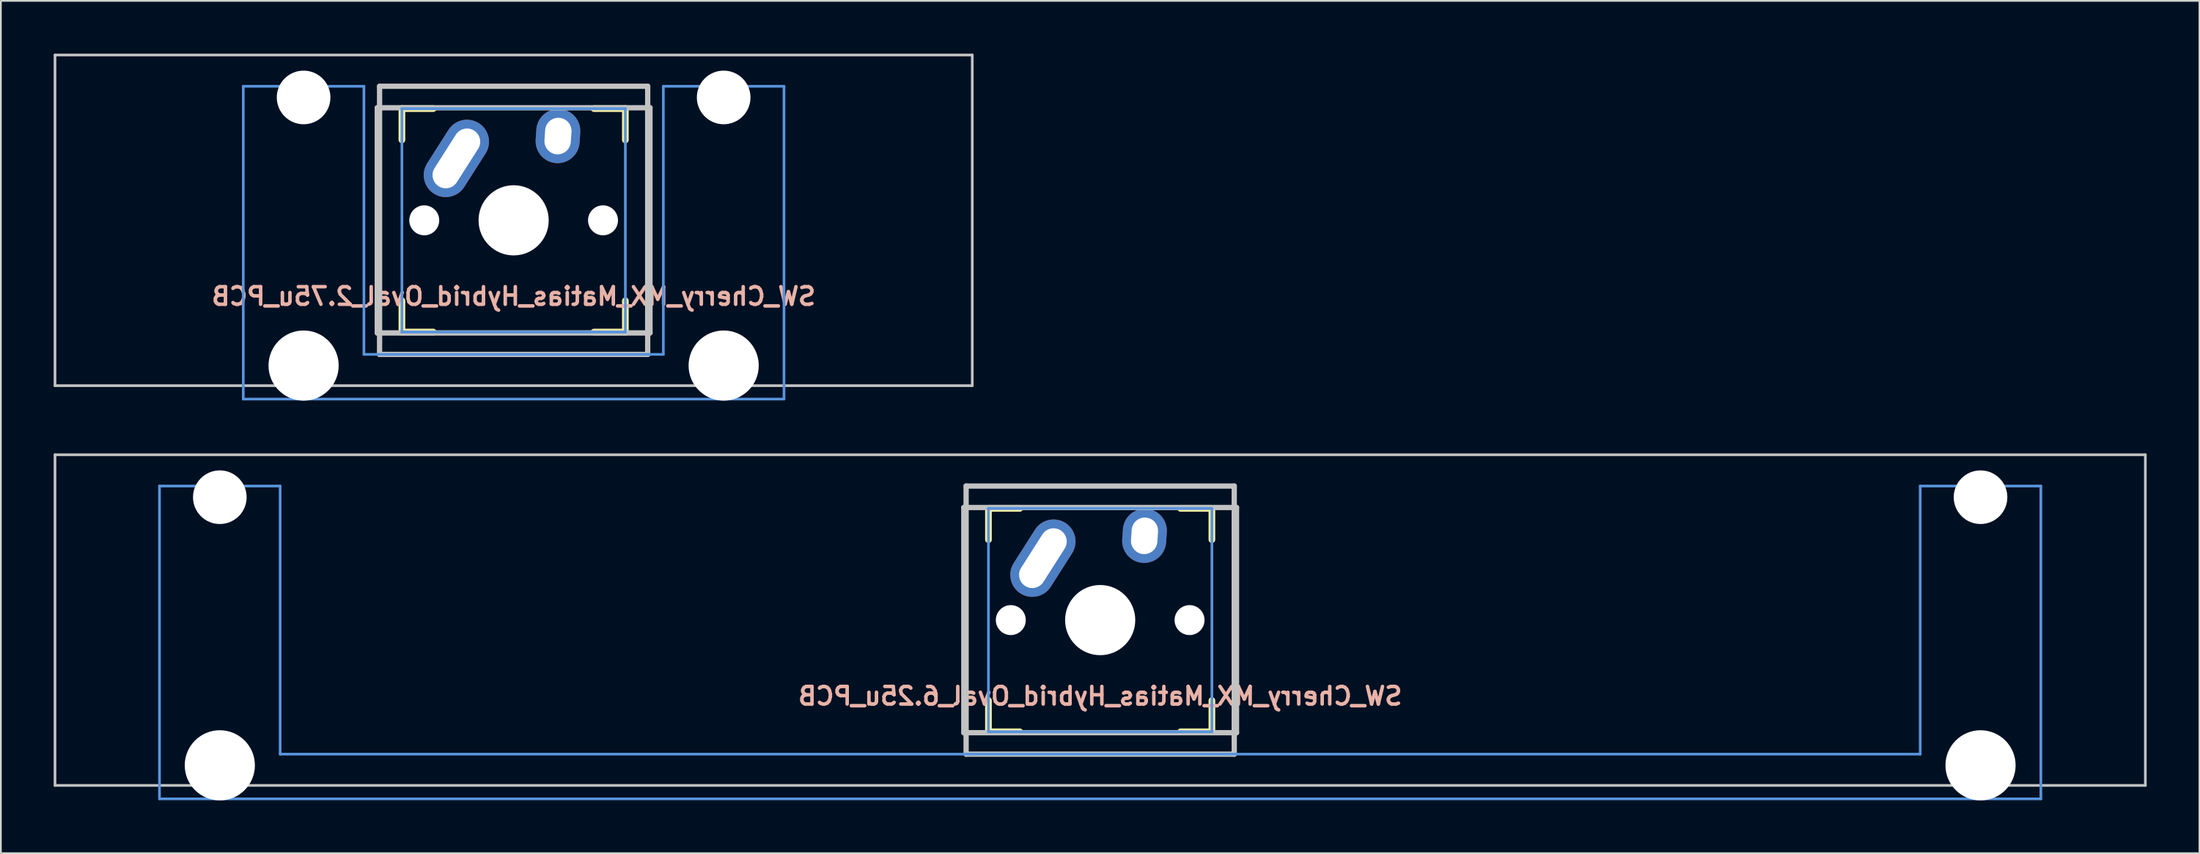
<source format=kicad_pcb>
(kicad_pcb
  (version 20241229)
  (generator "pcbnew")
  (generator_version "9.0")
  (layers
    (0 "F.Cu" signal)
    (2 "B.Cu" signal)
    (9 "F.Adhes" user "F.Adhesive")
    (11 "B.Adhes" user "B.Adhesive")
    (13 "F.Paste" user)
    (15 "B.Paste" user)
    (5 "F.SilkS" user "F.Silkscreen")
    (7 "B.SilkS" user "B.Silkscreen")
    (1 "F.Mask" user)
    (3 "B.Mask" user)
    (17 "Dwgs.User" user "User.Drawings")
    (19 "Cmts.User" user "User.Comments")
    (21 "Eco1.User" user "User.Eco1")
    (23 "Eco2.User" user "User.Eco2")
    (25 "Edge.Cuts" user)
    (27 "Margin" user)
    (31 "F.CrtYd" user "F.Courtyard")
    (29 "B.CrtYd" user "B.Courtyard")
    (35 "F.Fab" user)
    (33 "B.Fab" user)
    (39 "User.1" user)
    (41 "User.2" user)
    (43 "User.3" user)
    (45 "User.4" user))
  (footprint "SW_Cherry_MX_Matias_Hybrid_Oval_6.25u_PCB"
    (layer "F.Cu")
    (at 59.482 32.197)
    (property "Reference" "SW_Cherry_MX_Matias_Hybrid_Oval_6.25u_PCB" (at 0 4.318 0) (layer "B.SilkS") (effects (font (size 1 1) (thickness 0.2)) (justify mirror)))
    (attr through_hole)
    (fp_line (start -6.35 -6.35) (end -4.572 -6.35) (stroke (width 0.381) (type solid)) (layer "F.SilkS"))
    (fp_line (start -6.35 -4.572) (end -6.35 -6.35) (stroke (width 0.381) (type solid)) (layer "F.SilkS"))
    (fp_line (start -6.35 6.35) (end -6.35 4.572) (stroke (width 0.381) (type solid)) (layer "F.SilkS"))
    (fp_line (start -4.572 6.35) (end -6.35 6.35) (stroke (width 0.381) (type solid)) (layer "F.SilkS"))
    (fp_line (start 4.572 -6.35) (end 6.35 -6.35) (stroke (width 0.381) (type solid)) (layer "F.SilkS"))
    (fp_line (start 6.35 -6.35) (end 6.35 -4.572) (stroke (width 0.381) (type solid)) (layer "F.SilkS"))
    (fp_line (start 6.35 4.572) (end 6.35 6.35) (stroke (width 0.381) (type solid)) (layer "F.SilkS"))
    (fp_line (start 6.35 6.35) (end 4.572 6.35) (stroke (width 0.381) (type solid)) (layer "F.SilkS"))
    (fp_line (start -59.406 -9.398) (end 59.406 -9.398) (stroke (width 0.152) (type solid)) (layer "Dwgs.User"))
    (fp_line (start -59.406 9.398) (end -59.406 -9.398) (stroke (width 0.152) (type solid)) (layer "Dwgs.User"))
    (fp_line (start -7.75 6.4) (end -7.75 -6.4) (stroke (width 0.3) (type solid)) (layer "Dwgs.User"))
    (fp_line (start -7.75 6.4) (end 7.75 6.4) (stroke (width 0.3) (type solid)) (layer "Dwgs.User"))
    (fp_line (start -7.62 -7.62) (end 7.62 -7.62) (stroke (width 0.3) (type solid)) (layer "Dwgs.User"))
    (fp_line (start -7.62 7.62) (end -7.62 -7.62) (stroke (width 0.3) (type solid)) (layer "Dwgs.User"))
    (fp_line (start 7.62 -7.62) (end 7.62 7.62) (stroke (width 0.3) (type solid)) (layer "Dwgs.User"))
    (fp_line (start 7.62 7.62) (end -7.62 7.62) (stroke (width 0.3) (type solid)) (layer "Dwgs.User"))
    (fp_line (start 7.75 -6.4) (end -7.75 -6.4) (stroke (width 0.3) (type solid)) (layer "Dwgs.User"))
    (fp_line (start 7.75 6.4) (end 7.75 -6.4) (stroke (width 0.3) (type solid)) (layer "Dwgs.User"))
    (fp_line (start 59.406 -9.398) (end 59.406 9.398) (stroke (width 0.152) (type solid)) (layer "Dwgs.User"))
    (fp_line (start 59.406 9.398) (end -59.406 9.398) (stroke (width 0.152) (type solid)) (layer "Dwgs.User"))
    (fp_line (start -53.467 -7.62) (end -53.467 10.16) (stroke (width 0.152) (type solid)) (layer "Cmts.User"))
    (fp_line (start -53.467 10.16) (end 53.467 10.16) (stroke (width 0.152) (type solid)) (layer "Cmts.User"))
    (fp_line (start -46.609 -7.62) (end -53.467 -7.62) (stroke (width 0.152) (type solid)) (layer "Cmts.User"))
    (fp_line (start -46.609 7.62) (end -46.609 -7.62) (stroke (width 0.152) (type solid)) (layer "Cmts.User"))
    (fp_line (start -6.35 -6.35) (end 6.35 -6.35) (stroke (width 0.152) (type solid)) (layer "Cmts.User"))
    (fp_line (start -6.35 6.35) (end -6.35 -6.35) (stroke (width 0.152) (type solid)) (layer "Cmts.User"))
    (fp_line (start 6.35 -6.35) (end 6.35 6.35) (stroke (width 0.152) (type solid)) (layer "Cmts.User"))
    (fp_line (start 6.35 6.35) (end -6.35 6.35) (stroke (width 0.152) (type solid)) (layer "Cmts.User"))
    (fp_line (start 46.609 -7.62) (end 46.609 7.62) (stroke (width 0.152) (type solid)) (layer "Cmts.User"))
    (fp_line (start 46.609 7.62) (end -46.609 7.62) (stroke (width 0.152) (type solid)) (layer "Cmts.User"))
    (fp_line (start 53.467 -7.62) (end 46.609 -7.62) (stroke (width 0.152) (type solid)) (layer "Cmts.User"))
    (fp_line (start 53.467 10.16) (end 53.467 -7.62) (stroke (width 0.152) (type solid)) (layer "Cmts.User"))
    (fp_line (start -54.229 -2.286) (end -53.365 -2.286) (stroke (width 0.152) (type solid)) (layer "Eco2.User"))
    (fp_line (start -54.229 0.508) (end -54.229 -2.286) (stroke (width 0.152) (type solid)) (layer "Eco2.User"))
    (fp_line (start -53.365 -5.69) (end -46.711 -5.69) (stroke (width 0.152) (type solid)) (layer "Eco2.User"))
    (fp_line (start -53.365 -2.286) (end -53.365 -5.69) (stroke (width 0.152) (type solid)) (layer "Eco2.User"))
    (fp_line (start -53.365 0.508) (end -54.229 0.508) (stroke (width 0.152) (type solid)) (layer "Eco2.User"))
    (fp_line (start -53.365 6.604) (end -53.365 0.508) (stroke (width 0.152) (type solid)) (layer "Eco2.User"))
    (fp_line (start -52.324 6.604) (end -53.365 6.604) (stroke (width 0.152) (type solid)) (layer "Eco2.User"))
    (fp_line (start -52.324 7.772) (end -52.324 6.604) (stroke (width 0.152) (type solid)) (layer "Eco2.User"))
    (fp_line (start -47.752 6.604) (end -47.752 7.772) (stroke (width 0.152) (type solid)) (layer "Eco2.User"))
    (fp_line (start -47.752 7.772) (end -52.324 7.772) (stroke (width 0.152) (type solid)) (layer "Eco2.User"))
    (fp_line (start -46.711 -5.69) (end -46.711 -2.286) (stroke (width 0.152) (type solid)) (layer "Eco2.User"))
    (fp_line (start -46.711 -2.286) (end -6.985 -2.286) (stroke (width 0.152) (type solid)) (layer "Eco2.User"))
    (fp_line (start -46.711 2.286) (end -46.711 6.604) (stroke (width 0.152) (type solid)) (layer "Eco2.User"))
    (fp_line (start -46.711 6.604) (end -47.752 6.604) (stroke (width 0.152) (type solid)) (layer "Eco2.User"))
    (fp_line (start -6.985 -6.985) (end 6.985 -6.985) (stroke (width 0.152) (type solid)) (layer "Eco2.User"))
    (fp_line (start -6.985 -2.286) (end -6.985 -6.985) (stroke (width 0.152) (type solid)) (layer "Eco2.User"))
    (fp_line (start -6.985 2.286) (end -46.711 2.286) (stroke (width 0.152) (type solid)) (layer "Eco2.User"))
    (fp_line (start -6.985 6.985) (end -6.985 2.286) (stroke (width 0.152) (type solid)) (layer "Eco2.User"))
    (fp_line (start 6.985 -6.985) (end 6.985 -2.286) (stroke (width 0.152) (type solid)) (layer "Eco2.User"))
    (fp_line (start 6.985 -2.286) (end 46.711 -2.286) (stroke (width 0.152) (type solid)) (layer "Eco2.User"))
    (fp_line (start 6.985 2.286) (end 6.985 6.985) (stroke (width 0.152) (type solid)) (layer "Eco2.User"))
    (fp_line (start 6.985 6.985) (end -6.985 6.985) (stroke (width 0.152) (type solid)) (layer "Eco2.User"))
    (fp_line (start 46.711 -5.69) (end 53.365 -5.69) (stroke (width 0.152) (type solid)) (layer "Eco2.User"))
    (fp_line (start 46.711 -2.286) (end 46.711 -5.69) (stroke (width 0.152) (type solid)) (layer "Eco2.User"))
    (fp_line (start 46.711 2.286) (end 6.985 2.286) (stroke (width 0.152) (type solid)) (layer "Eco2.User"))
    (fp_line (start 46.711 6.604) (end 46.711 2.286) (stroke (width 0.152) (type solid)) (layer "Eco2.User"))
    (fp_line (start 47.752 6.604) (end 46.711 6.604) (stroke (width 0.152) (type solid)) (layer "Eco2.User"))
    (fp_line (start 47.752 7.772) (end 47.752 6.604) (stroke (width 0.152) (type solid)) (layer "Eco2.User"))
    (fp_line (start 52.324 6.604) (end 52.324 7.772) (stroke (width 0.152) (type solid)) (layer "Eco2.User"))
    (fp_line (start 52.324 7.772) (end 47.752 7.772) (stroke (width 0.152) (type solid)) (layer "Eco2.User"))
    (fp_line (start 53.365 -5.69) (end 53.365 -2.286) (stroke (width 0.152) (type solid)) (layer "Eco2.User"))
    (fp_line (start 53.365 -2.286) (end 54.229 -2.286) (stroke (width 0.152) (type solid)) (layer "Eco2.User"))
    (fp_line (start 53.365 0.508) (end 53.365 6.604) (stroke (width 0.152) (type solid)) (layer "Eco2.User"))
    (fp_line (start 53.365 6.604) (end 52.324 6.604) (stroke (width 0.152) (type solid)) (layer "Eco2.User"))
    (fp_line (start 54.229 -2.286) (end 54.229 0.508) (stroke (width 0.152) (type solid)) (layer "Eco2.User"))
    (fp_line (start 54.229 0.508) (end 53.365 0.508) (stroke (width 0.152) (type solid)) (layer "Eco2.User"))
    (pad "" np_thru_hole circle (at -50.038 -6.985) (size 3.048 3.048) (drill 3.048) (layers "*.Cu" "*.Mask"))
    (pad "" np_thru_hole circle (at -50.038 8.255) (size 3.988 3.988) (drill 3.988) (layers "*.Cu" "*.Mask"))
    (pad "" np_thru_hole circle (at -5.08 0) (size 1.702 1.702) (drill 1.702) (layers "*.Cu" "*.Mask"))
    (pad "" np_thru_hole circle (at 0 0) (size 3.988 3.988) (drill 3.988) (layers "*.Cu" "*.Mask"))
    (pad "" np_thru_hole circle (at 5.08 0) (size 1.702 1.702) (drill 1.702) (layers "*.Cu" "*.Mask"))
    (pad "" np_thru_hole circle (at 50.038 -6.985) (size 3.048 3.048) (drill 3.048) (layers "*.Cu" "*.Mask"))
    (pad "" np_thru_hole circle (at 50.038 8.255) (size 3.988 3.988) (drill 3.988) (layers "*.Cu" "*.Mask"))
    (pad "1" thru_hole oval (at 2.52 -4.79 356.1) (size 2.5 3.08) (drill oval 1.5 2.08) (layers "*.Cu" "*.Mask"))
    (pad "2" thru_hole oval (at -3.255 -3.52 327.5) (size 2.5 4.75) (drill oval 1.5 3.75) (layers "*.Cu" "*.Mask")))
  (footprint "SW_Cherry_MX_Matias_Hybrid_Oval_2.75u_PCB"
    (layer "F.Cu")
    (at 26.144 9.474)
    (property "Reference" "SW_Cherry_MX_Matias_Hybrid_Oval_2.75u_PCB" (at 0 4.318 0) (layer "B.SilkS") (effects (font (size 1 1) (thickness 0.2)) (justify mirror)))
    (attr through_hole)
    (fp_line (start -6.35 -6.35) (end -4.572 -6.35) (stroke (width 0.381) (type solid)) (layer "F.SilkS"))
    (fp_line (start -6.35 -4.572) (end -6.35 -6.35) (stroke (width 0.381) (type solid)) (layer "F.SilkS"))
    (fp_line (start -6.35 6.35) (end -6.35 4.572) (stroke (width 0.381) (type solid)) (layer "F.SilkS"))
    (fp_line (start -4.572 6.35) (end -6.35 6.35) (stroke (width 0.381) (type solid)) (layer "F.SilkS"))
    (fp_line (start 4.572 -6.35) (end 6.35 -6.35) (stroke (width 0.381) (type solid)) (layer "F.SilkS"))
    (fp_line (start 6.35 -6.35) (end 6.35 -4.572) (stroke (width 0.381) (type solid)) (layer "F.SilkS"))
    (fp_line (start 6.35 4.572) (end 6.35 6.35) (stroke (width 0.381) (type solid)) (layer "F.SilkS"))
    (fp_line (start 6.35 6.35) (end 4.572 6.35) (stroke (width 0.381) (type solid)) (layer "F.SilkS"))
    (fp_line (start -26.068 -9.398) (end 26.068 -9.398) (stroke (width 0.152) (type solid)) (layer "Dwgs.User"))
    (fp_line (start -26.068 9.398) (end -26.068 -9.398) (stroke (width 0.152) (type solid)) (layer "Dwgs.User"))
    (fp_line (start -7.75 6.4) (end -7.75 -6.4) (stroke (width 0.3) (type solid)) (layer "Dwgs.User"))
    (fp_line (start -7.75 6.4) (end 7.75 6.4) (stroke (width 0.3) (type solid)) (layer "Dwgs.User"))
    (fp_line (start -7.62 -7.62) (end 7.62 -7.62) (stroke (width 0.3) (type solid)) (layer "Dwgs.User"))
    (fp_line (start -7.62 7.62) (end -7.62 -7.62) (stroke (width 0.3) (type solid)) (layer "Dwgs.User"))
    (fp_line (start 7.62 -7.62) (end 7.62 7.62) (stroke (width 0.3) (type solid)) (layer "Dwgs.User"))
    (fp_line (start 7.62 7.62) (end -7.62 7.62) (stroke (width 0.3) (type solid)) (layer "Dwgs.User"))
    (fp_line (start 7.75 -6.4) (end -7.75 -6.4) (stroke (width 0.3) (type solid)) (layer "Dwgs.User"))
    (fp_line (start 7.75 6.4) (end 7.75 -6.4) (stroke (width 0.3) (type solid)) (layer "Dwgs.User"))
    (fp_line (start 26.068 -9.398) (end 26.068 9.398) (stroke (width 0.152) (type solid)) (layer "Dwgs.User"))
    (fp_line (start 26.068 9.398) (end -26.068 9.398) (stroke (width 0.152) (type solid)) (layer "Dwgs.User"))
    (fp_line (start -15.367 -7.62) (end -15.367 10.16) (stroke (width 0.152) (type solid)) (layer "Cmts.User"))
    (fp_line (start -15.367 10.16) (end 15.367 10.16) (stroke (width 0.152) (type solid)) (layer "Cmts.User"))
    (fp_line (start -8.509 -7.62) (end -15.367 -7.62) (stroke (width 0.152) (type solid)) (layer "Cmts.User"))
    (fp_line (start -8.509 7.62) (end -8.509 -7.62) (stroke (width 0.152) (type solid)) (layer "Cmts.User"))
    (fp_line (start -6.35 -6.35) (end 6.35 -6.35) (stroke (width 0.152) (type solid)) (layer "Cmts.User"))
    (fp_line (start -6.35 6.35) (end -6.35 -6.35) (stroke (width 0.152) (type solid)) (layer "Cmts.User"))
    (fp_line (start 6.35 -6.35) (end 6.35 6.35) (stroke (width 0.152) (type solid)) (layer "Cmts.User"))
    (fp_line (start 6.35 6.35) (end -6.35 6.35) (stroke (width 0.152) (type solid)) (layer "Cmts.User"))
    (fp_line (start 8.509 -7.62) (end 8.509 7.62) (stroke (width 0.152) (type solid)) (layer "Cmts.User"))
    (fp_line (start 8.509 7.62) (end -8.509 7.62) (stroke (width 0.152) (type solid)) (layer "Cmts.User"))
    (fp_line (start 15.367 -7.62) (end 8.509 -7.62) (stroke (width 0.152) (type solid)) (layer "Cmts.User"))
    (fp_line (start 15.367 10.16) (end 15.367 -7.62) (stroke (width 0.152) (type solid)) (layer "Cmts.User"))
    (fp_line (start -16.129 -2.286) (end -15.265 -2.286) (stroke (width 0.152) (type solid)) (layer "Eco2.User"))
    (fp_line (start -16.129 0.508) (end -16.129 -2.286) (stroke (width 0.152) (type solid)) (layer "Eco2.User"))
    (fp_line (start -15.265 -5.69) (end -8.611 -5.69) (stroke (width 0.152) (type solid)) (layer "Eco2.User"))
    (fp_line (start -15.265 -2.286) (end -15.265 -5.69) (stroke (width 0.152) (type solid)) (layer "Eco2.User"))
    (fp_line (start -15.265 0.508) (end -16.129 0.508) (stroke (width 0.152) (type solid)) (layer "Eco2.User"))
    (fp_line (start -15.265 6.604) (end -15.265 0.508) (stroke (width 0.152) (type solid)) (layer "Eco2.User"))
    (fp_line (start -14.224 6.604) (end -15.265 6.604) (stroke (width 0.152) (type solid)) (layer "Eco2.User"))
    (fp_line (start -14.224 7.772) (end -14.224 6.604) (stroke (width 0.152) (type solid)) (layer "Eco2.User"))
    (fp_line (start -9.652 6.604) (end -9.652 7.772) (stroke (width 0.152) (type solid)) (layer "Eco2.User"))
    (fp_line (start -9.652 7.772) (end -14.224 7.772) (stroke (width 0.152) (type solid)) (layer "Eco2.User"))
    (fp_line (start -8.611 -5.69) (end -8.611 -4.877) (stroke (width 0.152) (type solid)) (layer "Eco2.User"))
    (fp_line (start -8.611 -4.877) (end -6.985 -4.877) (stroke (width 0.152) (type solid)) (layer "Eco2.User"))
    (fp_line (start -8.611 5.817) (end -8.611 6.604) (stroke (width 0.152) (type solid)) (layer "Eco2.User"))
    (fp_line (start -8.611 6.604) (end -9.652 6.604) (stroke (width 0.152) (type solid)) (layer "Eco2.User"))
    (fp_line (start -6.985 -6.985) (end 6.985 -6.985) (stroke (width 0.152) (type solid)) (layer "Eco2.User"))
    (fp_line (start -6.985 -4.877) (end -6.985 -6.985) (stroke (width 0.152) (type solid)) (layer "Eco2.User"))
    (fp_line (start -6.985 5.817) (end -8.611 5.817) (stroke (width 0.152) (type solid)) (layer "Eco2.User"))
    (fp_line (start -6.985 6.985) (end -6.985 5.817) (stroke (width 0.152) (type solid)) (layer "Eco2.User"))
    (fp_line (start 6.985 -6.985) (end 6.985 -4.877) (stroke (width 0.152) (type solid)) (layer "Eco2.User"))
    (fp_line (start 6.985 -4.877) (end 8.611 -4.877) (stroke (width 0.152) (type solid)) (layer "Eco2.User"))
    (fp_line (start 6.985 5.817) (end 6.985 6.985) (stroke (width 0.152) (type solid)) (layer "Eco2.User"))
    (fp_line (start 6.985 6.985) (end -6.985 6.985) (stroke (width 0.152) (type solid)) (layer "Eco2.User"))
    (fp_line (start 8.611 -5.69) (end 15.265 -5.69) (stroke (width 0.152) (type solid)) (layer "Eco2.User"))
    (fp_line (start 8.611 -4.877) (end 8.611 -5.69) (stroke (width 0.152) (type solid)) (layer "Eco2.User"))
    (fp_line (start 8.611 5.817) (end 6.985 5.817) (stroke (width 0.152) (type solid)) (layer "Eco2.User"))
    (fp_line (start 8.611 6.604) (end 8.611 5.817) (stroke (width 0.152) (type solid)) (layer "Eco2.User"))
    (fp_line (start 9.652 6.604) (end 8.611 6.604) (stroke (width 0.152) (type solid)) (layer "Eco2.User"))
    (fp_line (start 9.652 7.772) (end 9.652 6.604) (stroke (width 0.152) (type solid)) (layer "Eco2.User"))
    (fp_line (start 14.224 6.604) (end 14.224 7.772) (stroke (width 0.152) (type solid)) (layer "Eco2.User"))
    (fp_line (start 14.224 7.772) (end 9.652 7.772) (stroke (width 0.152) (type solid)) (layer "Eco2.User"))
    (fp_line (start 15.265 -5.69) (end 15.265 -2.286) (stroke (width 0.152) (type solid)) (layer "Eco2.User"))
    (fp_line (start 15.265 -2.286) (end 16.129 -2.286) (stroke (width 0.152) (type solid)) (layer "Eco2.User"))
    (fp_line (start 15.265 0.508) (end 15.265 6.604) (stroke (width 0.152) (type solid)) (layer "Eco2.User"))
    (fp_line (start 15.265 6.604) (end 14.224 6.604) (stroke (width 0.152) (type solid)) (layer "Eco2.User"))
    (fp_line (start 16.129 -2.286) (end 16.129 0.508) (stroke (width 0.152) (type solid)) (layer "Eco2.User"))
    (fp_line (start 16.129 0.508) (end 15.265 0.508) (stroke (width 0.152) (type solid)) (layer "Eco2.User"))
    (pad "" np_thru_hole circle (at -11.938 -6.985) (size 3.048 3.048) (drill 3.048) (layers "*.Cu" "*.Mask"))
    (pad "" np_thru_hole circle (at -11.938 8.255) (size 3.988 3.988) (drill 3.988) (layers "*.Cu" "*.Mask"))
    (pad "" np_thru_hole circle (at -5.08 0) (size 1.702 1.702) (drill 1.702) (layers "*.Cu" "*.Mask"))
    (pad "" np_thru_hole circle (at 0 0) (size 3.988 3.988) (drill 3.988) (layers "*.Cu" "*.Mask"))
    (pad "" np_thru_hole circle (at 5.08 0) (size 1.702 1.702) (drill 1.702) (layers "*.Cu" "*.Mask"))
    (pad "" np_thru_hole circle (at 11.938 -6.985) (size 3.048 3.048) (drill 3.048) (layers "*.Cu" "*.Mask"))
    (pad "" np_thru_hole circle (at 11.938 8.255) (size 3.988 3.988) (drill 3.988) (layers "*.Cu" "*.Mask"))
    (pad "1" thru_hole oval (at 2.52 -4.79 356.1) (size 2.5 3.08) (drill oval 1.5 2.08) (layers "*.Cu" "*.Mask"))
    (pad "2" thru_hole oval (at -3.255 -3.52 327.5) (size 2.5 4.75) (drill oval 1.5 3.75) (layers "*.Cu" "*.Mask")))
  (gr_rect
    (start -3 -3)
    (end 121.963 45.446)
    (stroke (width 0.1) (type default))
    (fill no)
    (layer "Edge.Cuts")))
</source>
